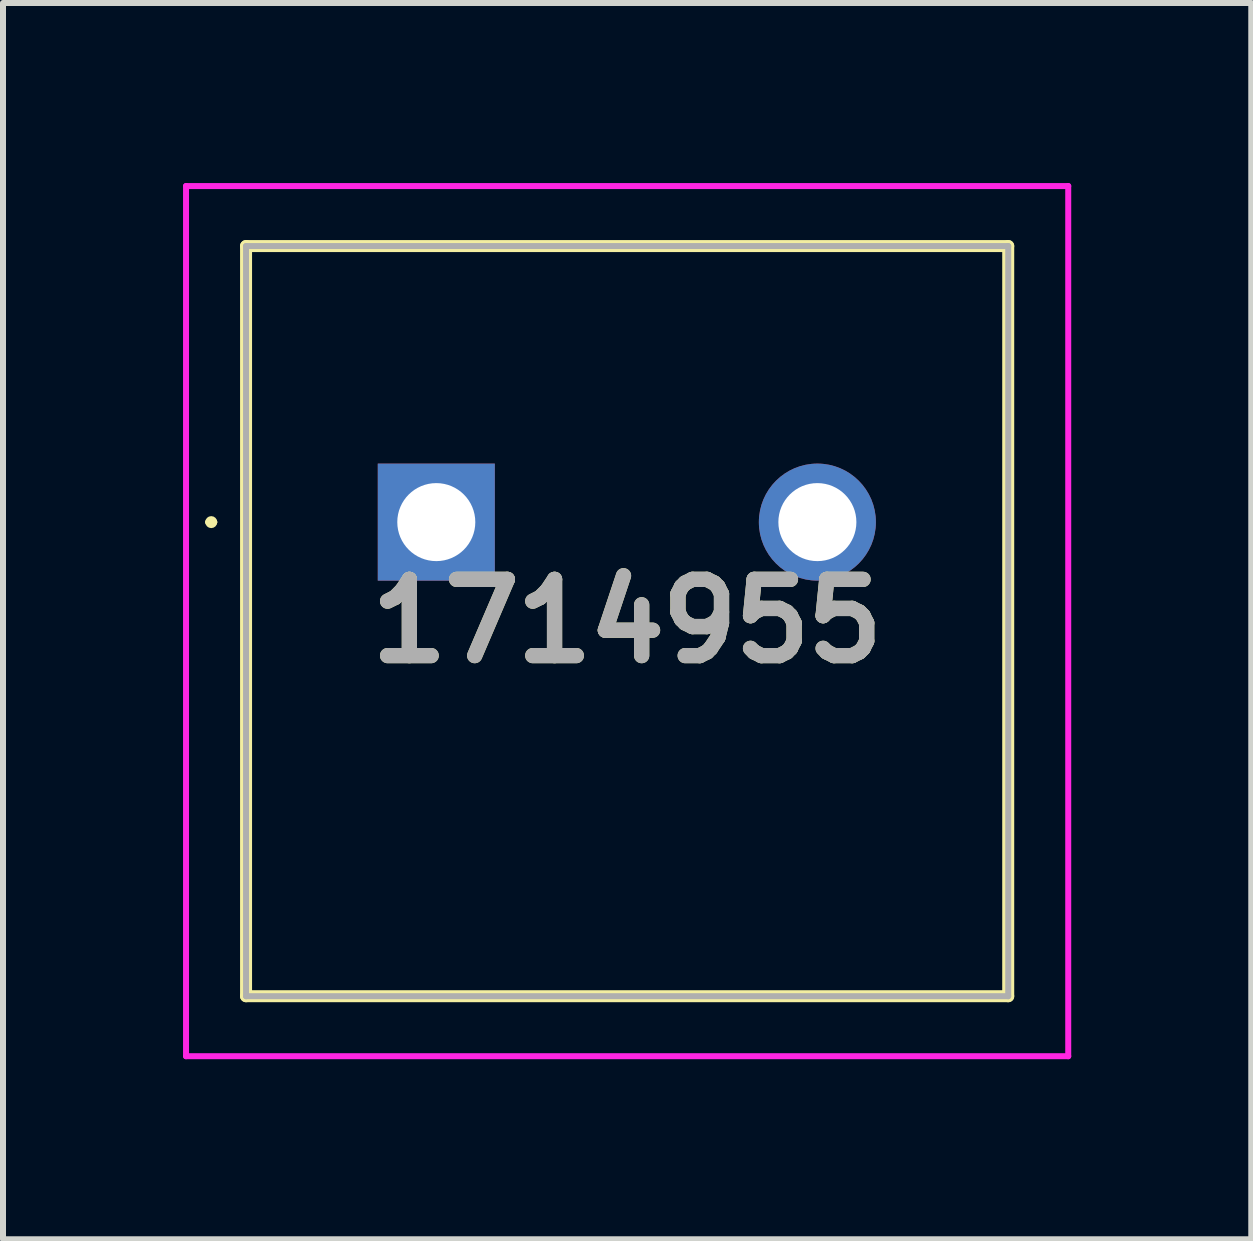
<source format=kicad_pcb>
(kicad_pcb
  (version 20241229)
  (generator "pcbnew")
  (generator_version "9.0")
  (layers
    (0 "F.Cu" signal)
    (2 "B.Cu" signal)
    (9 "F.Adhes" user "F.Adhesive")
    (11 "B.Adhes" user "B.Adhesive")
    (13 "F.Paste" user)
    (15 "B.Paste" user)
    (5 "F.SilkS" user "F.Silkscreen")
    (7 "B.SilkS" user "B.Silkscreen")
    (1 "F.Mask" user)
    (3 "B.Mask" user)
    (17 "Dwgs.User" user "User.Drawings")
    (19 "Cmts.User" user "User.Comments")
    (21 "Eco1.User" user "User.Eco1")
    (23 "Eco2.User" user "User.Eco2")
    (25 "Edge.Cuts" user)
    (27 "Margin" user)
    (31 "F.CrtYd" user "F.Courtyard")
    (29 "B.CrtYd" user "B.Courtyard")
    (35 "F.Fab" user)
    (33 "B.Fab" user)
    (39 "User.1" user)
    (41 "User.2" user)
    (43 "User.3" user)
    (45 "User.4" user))
  (footprint "1714955"
    (layer "F.Cu")
    (at 4.22 5.65)
    (property "Reference" "1714955" (at 3.18 1.65 0) (layer "F.SilkS") (effects (font (size 1.27 1.27) (thickness 0.254))))
    (attr through_hole)
    (fp_line (start -3.8 0) (end -3.8 0) (stroke (width 0.1) (type solid)) (layer "F.SilkS"))
    (fp_line (start -3.7 0) (end -3.7 0) (stroke (width 0.1) (type solid)) (layer "F.SilkS"))
    (fp_line (start -3.17 -4.6) (end -3.17 7.9) (stroke (width 0.2) (type solid)) (layer "F.SilkS"))
    (fp_line (start -3.17 7.9) (end 9.53 7.9) (stroke (width 0.2) (type solid)) (layer "F.SilkS"))
    (fp_line (start 9.53 -4.6) (end -3.17 -4.6) (stroke (width 0.2) (type solid)) (layer "F.SilkS"))
    (fp_line (start 9.53 7.9) (end 9.53 -4.6) (stroke (width 0.2) (type solid)) (layer "F.SilkS"))
    (fp_arc (start -3.8 0) (mid -3.75 -0.05) (end -3.7 0) (stroke (width 0.1) (type solid)) (layer "F.SilkS"))
    (fp_arc (start -3.7 0) (mid -3.75 0.05) (end -3.8 0) (stroke (width 0.1) (type solid)) (layer "F.SilkS"))
    (fp_line (start -4.17 -5.6) (end 10.53 -5.6) (stroke (width 0.1) (type solid)) (layer "F.CrtYd"))
    (fp_line (start -4.17 8.9) (end -4.17 -5.6) (stroke (width 0.1) (type solid)) (layer "F.CrtYd"))
    (fp_line (start 10.53 -5.6) (end 10.53 8.9) (stroke (width 0.1) (type solid)) (layer "F.CrtYd"))
    (fp_line (start 10.53 8.9) (end -4.17 8.9) (stroke (width 0.1) (type solid)) (layer "F.CrtYd"))
    (fp_line (start -3.17 -4.6) (end -3.17 7.9) (stroke (width 0.1) (type solid)) (layer "F.Fab"))
    (fp_line (start -3.17 7.9) (end 9.53 7.9) (stroke (width 0.1) (type solid)) (layer "F.Fab"))
    (fp_line (start 9.53 -4.6) (end -3.17 -4.6) (stroke (width 0.1) (type solid)) (layer "F.Fab"))
    (fp_line (start 9.53 7.9) (end 9.53 -4.6) (stroke (width 0.1) (type solid)) (layer "F.Fab"))
    (fp_text user "${REFERENCE}" (at 3.18 1.65 0) (layer "F.Fab") (effects (font (size 1.27 1.27) (thickness 0.254))))
    (pad "1" thru_hole rect (at 0 0) (size 1.95 1.95) (drill 1.3) (layers "*.Cu" "*.Mask"))
    (pad "2" thru_hole circle (at 6.35 0) (size 1.95 1.95) (drill 1.3) (layers "*.Cu" "*.Mask")))
  (gr_rect
    (start -3 -3)
    (end 17.8 17.6)
    (stroke (width 0.1) (type default))
    (fill no)
    (layer "Edge.Cuts")))
</source>
